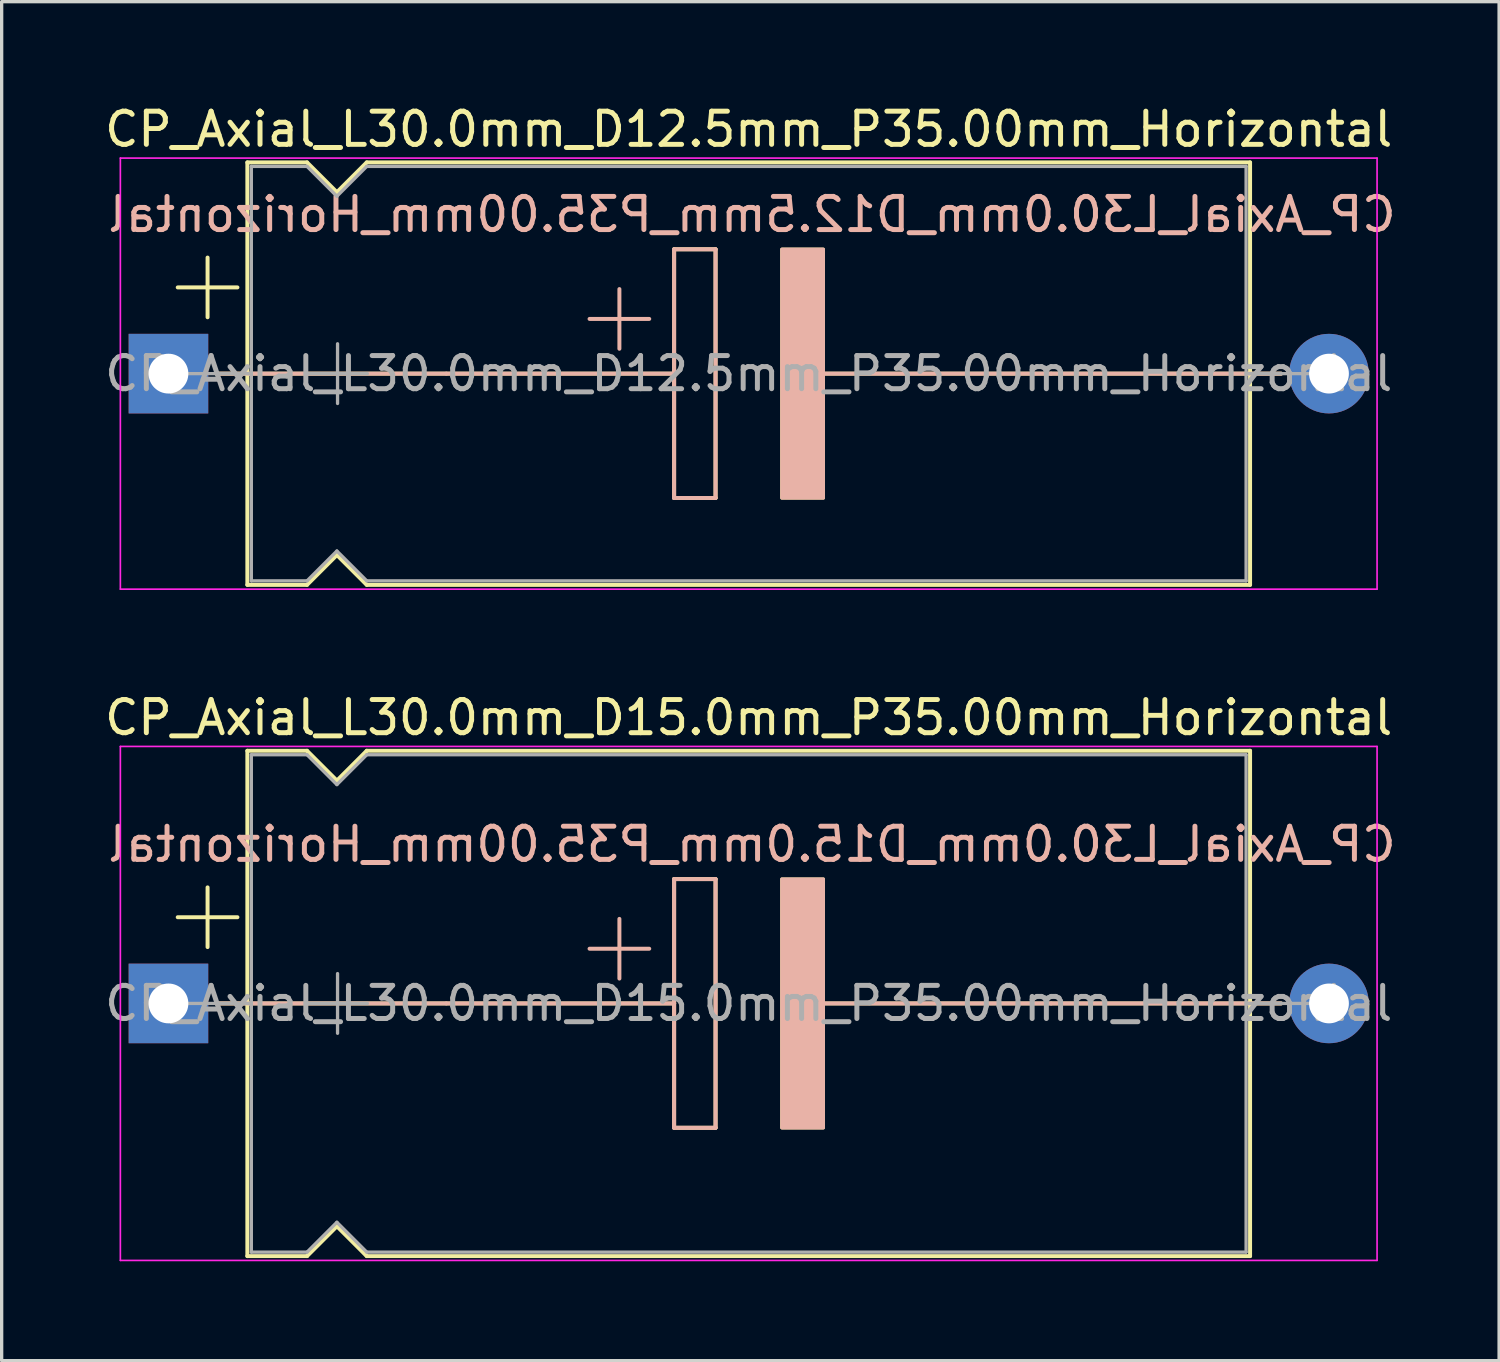
<source format=kicad_pcb>
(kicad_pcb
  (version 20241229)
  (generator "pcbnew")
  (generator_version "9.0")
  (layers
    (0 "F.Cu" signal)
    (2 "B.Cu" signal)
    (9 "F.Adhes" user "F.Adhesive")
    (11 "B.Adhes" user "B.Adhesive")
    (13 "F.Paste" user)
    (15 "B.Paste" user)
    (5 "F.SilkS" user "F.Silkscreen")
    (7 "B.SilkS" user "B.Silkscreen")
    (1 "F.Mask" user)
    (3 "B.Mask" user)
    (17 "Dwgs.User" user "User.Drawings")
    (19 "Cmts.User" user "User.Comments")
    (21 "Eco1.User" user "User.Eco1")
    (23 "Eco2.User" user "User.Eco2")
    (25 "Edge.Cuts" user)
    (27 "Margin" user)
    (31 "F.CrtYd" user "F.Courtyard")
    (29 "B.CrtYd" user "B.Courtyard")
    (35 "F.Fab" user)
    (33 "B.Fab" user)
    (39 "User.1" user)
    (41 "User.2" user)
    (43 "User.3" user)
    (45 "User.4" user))
  (footprint "CP_Axial_L30.0mm_D15.0mm_P35.00mm_Horizontal"
    (layer "F.Cu")
    (at 2.03 27.212)
    (property "Reference" "CP_Axial_L30.0mm_D15.0mm_P35.00mm_Horizontal" (at 17.5 -8.62 0) (layer "F.SilkS") (effects (font (size 1 1) (thickness 0.15))))
    (fp_line (start 0.28 -2.6) (end 2.08 -2.6) (stroke (width 0.12) (type solid)) (layer "F.SilkS"))
    (fp_line (start 1.18 -3.5) (end 1.18 -1.7) (stroke (width 0.12) (type solid)) (layer "F.SilkS"))
    (fp_line (start 1.44 0) (end 2.38 0) (stroke (width 0.12) (type solid)) (layer "F.SilkS"))
    (fp_line (start 2.38 -7.62) (end 2.38 7.62) (stroke (width 0.12) (type solid)) (layer "F.SilkS"))
    (fp_line (start 2.38 -7.62) (end 4.18 -7.62) (stroke (width 0.12) (type solid)) (layer "F.SilkS"))
    (fp_line (start 2.38 0) (end 15.25 0) (stroke (width 0.12) (type solid)) (layer "F.SilkS"))
    (fp_line (start 2.38 7.62) (end 4.18 7.62) (stroke (width 0.12) (type solid)) (layer "F.SilkS"))
    (fp_line (start 4.18 -7.62) (end 5.08 -6.72) (stroke (width 0.12) (type solid)) (layer "F.SilkS"))
    (fp_line (start 4.18 7.62) (end 5.08 6.72) (stroke (width 0.12) (type solid)) (layer "F.SilkS"))
    (fp_line (start 5.08 -6.72) (end 5.98 -7.62) (stroke (width 0.12) (type solid)) (layer "F.SilkS"))
    (fp_line (start 5.08 6.72) (end 5.98 7.62) (stroke (width 0.12) (type solid)) (layer "F.SilkS"))
    (fp_line (start 5.98 -7.62) (end 32.62 -7.62) (stroke (width 0.12) (type solid)) (layer "F.SilkS"))
    (fp_line (start 5.98 7.62) (end 32.62 7.62) (stroke (width 0.12) (type solid)) (layer "F.SilkS"))
    (fp_line (start 15.25 -3.75) (end 16.5 -3.75) (stroke (width 0.12) (type solid)) (layer "F.SilkS"))
    (fp_line (start 15.25 0) (end 15.25 -3.75) (stroke (width 0.12) (type solid)) (layer "F.SilkS"))
    (fp_line (start 15.25 3.75) (end 15.25 0) (stroke (width 0.12) (type solid)) (layer "F.SilkS"))
    (fp_line (start 16.5 -3.75) (end 16.5 3.75) (stroke (width 0.12) (type solid)) (layer "F.SilkS"))
    (fp_line (start 16.5 3.75) (end 15.25 3.75) (stroke (width 0.12) (type solid)) (layer "F.SilkS"))
    (fp_line (start 19.75 0) (end 32.639 0) (stroke (width 0.12) (type solid)) (layer "F.SilkS"))
    (fp_line (start 32.62 -7.62) (end 32.62 7.62) (stroke (width 0.12) (type solid)) (layer "F.SilkS"))
    (fp_line (start 33.56 0) (end 32.62 0) (stroke (width 0.12) (type solid)) (layer "F.SilkS"))
    (fp_poly (pts (xy 19.75 3.75) (xy 18.5 3.75) (xy 18.5 -3.75) (xy 19.75 -3.75)) (stroke (width 0.1) (type solid)) (fill yes) (layer "F.SilkS"))
    (fp_line (start 1.45 0) (end 8.38 0) (stroke (width 0.12) (type solid)) (layer "B.SilkS"))
    (fp_line (start 8.38 0) (end 15.25 0) (stroke (width 0.12) (type solid)) (layer "B.SilkS"))
    (fp_line (start 13.6 -2.55) (end 13.6 -0.75) (stroke (width 0.12) (type solid)) (layer "B.SilkS"))
    (fp_line (start 14.5 -1.65) (end 12.7 -1.65) (stroke (width 0.12) (type solid)) (layer "B.SilkS"))
    (fp_line (start 15.25 -3.75) (end 16.5 -3.75) (stroke (width 0.12) (type solid)) (layer "B.SilkS"))
    (fp_line (start 15.25 0) (end 15.25 -3.75) (stroke (width 0.12) (type solid)) (layer "B.SilkS"))
    (fp_line (start 15.25 3.75) (end 15.25 0) (stroke (width 0.12) (type solid)) (layer "B.SilkS"))
    (fp_line (start 16.5 -3.75) (end 16.5 3.75) (stroke (width 0.12) (type solid)) (layer "B.SilkS"))
    (fp_line (start 16.5 3.75) (end 15.25 3.75) (stroke (width 0.12) (type solid)) (layer "B.SilkS"))
    (fp_line (start 19.75 0) (end 26.62 0) (stroke (width 0.12) (type solid)) (layer "B.SilkS"))
    (fp_line (start 33.55 0) (end 26.62 0) (stroke (width 0.12) (type solid)) (layer "B.SilkS"))
    (fp_poly (pts (xy 19.75 3.75) (xy 18.5 3.75) (xy 18.5 -3.75) (xy 19.75 -3.75)) (stroke (width 0.1) (type solid)) (fill yes) (layer "B.SilkS"))
    (fp_line (start -1.45 -7.75) (end -1.45 7.75) (stroke (width 0.05) (type solid)) (layer "F.CrtYd"))
    (fp_line (start -1.45 7.75) (end 36.45 7.75) (stroke (width 0.05) (type solid)) (layer "F.CrtYd"))
    (fp_line (start 36.45 -7.75) (end -1.45 -7.75) (stroke (width 0.05) (type solid)) (layer "F.CrtYd"))
    (fp_line (start 36.45 7.75) (end 36.45 -7.75) (stroke (width 0.05) (type solid)) (layer "F.CrtYd"))
    (fp_line (start 0 0) (end 2.5 0) (stroke (width 0.1) (type solid)) (layer "F.Fab"))
    (fp_line (start 2.5 -7.5) (end 2.5 7.5) (stroke (width 0.1) (type solid)) (layer "F.Fab"))
    (fp_line (start 2.5 -7.5) (end 4.18 -7.5) (stroke (width 0.1) (type solid)) (layer "F.Fab"))
    (fp_line (start 2.5 7.5) (end 4.18 7.5) (stroke (width 0.1) (type solid)) (layer "F.Fab"))
    (fp_line (start 4.18 -7.5) (end 5.08 -6.6) (stroke (width 0.1) (type solid)) (layer "F.Fab"))
    (fp_line (start 4.18 7.5) (end 5.08 6.6) (stroke (width 0.1) (type solid)) (layer "F.Fab"))
    (fp_line (start 4.2 0) (end 6 0) (stroke (width 0.1) (type solid)) (layer "F.Fab"))
    (fp_line (start 5.08 -6.6) (end 5.98 -7.5) (stroke (width 0.1) (type solid)) (layer "F.Fab"))
    (fp_line (start 5.08 6.6) (end 5.98 7.5) (stroke (width 0.1) (type solid)) (layer "F.Fab"))
    (fp_line (start 5.1 -0.9) (end 5.1 0.9) (stroke (width 0.1) (type solid)) (layer "F.Fab"))
    (fp_line (start 5.98 -7.5) (end 32.5 -7.5) (stroke (width 0.1) (type solid)) (layer "F.Fab"))
    (fp_line (start 5.98 7.5) (end 32.5 7.5) (stroke (width 0.1) (type solid)) (layer "F.Fab"))
    (fp_line (start 32.5 -7.5) (end 32.5 7.5) (stroke (width 0.1) (type solid)) (layer "F.Fab"))
    (fp_line (start 35 0) (end 32.5 0) (stroke (width 0.1) (type solid)) (layer "F.Fab"))
    (fp_text user "${REFERENCE}" (at 17.6 -4.8 0) (layer "B.SilkS") (effects (font (size 1 1) (thickness 0.15)) (justify mirror)))
    (fp_text user "${REFERENCE}" (at 17.5 0 0) (layer "F.Fab") (effects (font (size 1 1) (thickness 0.15))))
    (pad "1" thru_hole rect (at 0 0) (size 2.4 2.4) (drill 1.2) (layers "*.Cu" "*.Mask"))
    (pad "2" thru_hole oval (at 35 0) (size 2.4 2.4) (drill 1.2) (layers "*.Cu" "*.Mask")))
  (footprint "CP_Axial_L30.0mm_D12.5mm_P35.00mm_Horizontal"
    (layer "F.Cu")
    (at 2.03 8.218)
    (property "Reference" "CP_Axial_L30.0mm_D12.5mm_P35.00mm_Horizontal" (at 17.5 -7.37 0) (layer "F.SilkS") (effects (font (size 1 1) (thickness 0.15))))
    (fp_line (start 0.28 -2.6) (end 2.08 -2.6) (stroke (width 0.12) (type solid)) (layer "F.SilkS"))
    (fp_line (start 1.18 -3.5) (end 1.18 -1.7) (stroke (width 0.12) (type solid)) (layer "F.SilkS"))
    (fp_line (start 1.44 0) (end 2.38 0) (stroke (width 0.12) (type solid)) (layer "F.SilkS"))
    (fp_line (start 2.38 -6.37) (end 2.38 6.37) (stroke (width 0.12) (type solid)) (layer "F.SilkS"))
    (fp_line (start 2.38 -6.37) (end 4.18 -6.37) (stroke (width 0.12) (type solid)) (layer "F.SilkS"))
    (fp_line (start 2.38 0) (end 15.25 0) (stroke (width 0.12) (type solid)) (layer "F.SilkS"))
    (fp_line (start 2.38 6.37) (end 4.18 6.37) (stroke (width 0.12) (type solid)) (layer "F.SilkS"))
    (fp_line (start 4.18 -6.37) (end 5.08 -5.47) (stroke (width 0.12) (type solid)) (layer "F.SilkS"))
    (fp_line (start 4.18 6.37) (end 5.08 5.47) (stroke (width 0.12) (type solid)) (layer "F.SilkS"))
    (fp_line (start 5.08 -5.47) (end 5.98 -6.37) (stroke (width 0.12) (type solid)) (layer "F.SilkS"))
    (fp_line (start 5.08 5.47) (end 5.98 6.37) (stroke (width 0.12) (type solid)) (layer "F.SilkS"))
    (fp_line (start 5.98 -6.37) (end 32.62 -6.37) (stroke (width 0.12) (type solid)) (layer "F.SilkS"))
    (fp_line (start 5.98 6.37) (end 32.62 6.37) (stroke (width 0.12) (type solid)) (layer "F.SilkS"))
    (fp_line (start 15.25 -3.75) (end 16.5 -3.75) (stroke (width 0.12) (type solid)) (layer "F.SilkS"))
    (fp_line (start 15.25 0) (end 15.25 -3.75) (stroke (width 0.12) (type solid)) (layer "F.SilkS"))
    (fp_line (start 15.25 3.75) (end 15.25 0) (stroke (width 0.12) (type solid)) (layer "F.SilkS"))
    (fp_line (start 16.5 -3.75) (end 16.5 3.75) (stroke (width 0.12) (type solid)) (layer "F.SilkS"))
    (fp_line (start 16.5 3.75) (end 15.25 3.75) (stroke (width 0.12) (type solid)) (layer "F.SilkS"))
    (fp_line (start 19.75 0) (end 32.62 0) (stroke (width 0.12) (type solid)) (layer "F.SilkS"))
    (fp_line (start 32.62 -6.37) (end 32.62 6.37) (stroke (width 0.12) (type solid)) (layer "F.SilkS"))
    (fp_line (start 33.56 0) (end 32.62 0) (stroke (width 0.12) (type solid)) (layer "F.SilkS"))
    (fp_poly (pts (xy 19.75 3.75) (xy 18.5 3.75) (xy 18.5 -3.75) (xy 19.75 -3.75)) (stroke (width 0.1) (type solid)) (fill yes) (layer "F.SilkS"))
    (fp_line (start 1.45 0) (end 8.38 0) (stroke (width 0.12) (type solid)) (layer "B.SilkS"))
    (fp_line (start 8.38 0) (end 15.25 0) (stroke (width 0.12) (type solid)) (layer "B.SilkS"))
    (fp_line (start 13.6 -2.55) (end 13.6 -0.75) (stroke (width 0.12) (type solid)) (layer "B.SilkS"))
    (fp_line (start 14.5 -1.65) (end 12.7 -1.65) (stroke (width 0.12) (type solid)) (layer "B.SilkS"))
    (fp_line (start 15.25 -3.75) (end 16.5 -3.75) (stroke (width 0.12) (type solid)) (layer "B.SilkS"))
    (fp_line (start 15.25 0) (end 15.25 -3.75) (stroke (width 0.12) (type solid)) (layer "B.SilkS"))
    (fp_line (start 15.25 3.75) (end 15.25 0) (stroke (width 0.12) (type solid)) (layer "B.SilkS"))
    (fp_line (start 16.5 -3.75) (end 16.5 3.75) (stroke (width 0.12) (type solid)) (layer "B.SilkS"))
    (fp_line (start 16.5 3.75) (end 15.25 3.75) (stroke (width 0.12) (type solid)) (layer "B.SilkS"))
    (fp_line (start 19.75 0) (end 26.62 0) (stroke (width 0.12) (type solid)) (layer "B.SilkS"))
    (fp_line (start 33.55 0) (end 26.62 0) (stroke (width 0.12) (type solid)) (layer "B.SilkS"))
    (fp_poly (pts (xy 19.75 3.75) (xy 18.5 3.75) (xy 18.5 -3.75) (xy 19.75 -3.75)) (stroke (width 0.1) (type solid)) (fill yes) (layer "B.SilkS"))
    (fp_line (start -1.45 -6.5) (end -1.45 6.5) (stroke (width 0.05) (type solid)) (layer "F.CrtYd"))
    (fp_line (start -1.45 6.5) (end 36.45 6.5) (stroke (width 0.05) (type solid)) (layer "F.CrtYd"))
    (fp_line (start 36.45 -6.5) (end -1.45 -6.5) (stroke (width 0.05) (type solid)) (layer "F.CrtYd"))
    (fp_line (start 36.45 6.5) (end 36.45 -6.5) (stroke (width 0.05) (type solid)) (layer "F.CrtYd"))
    (fp_line (start 0 0) (end 2.5 0) (stroke (width 0.1) (type solid)) (layer "F.Fab"))
    (fp_line (start 2.5 -6.25) (end 2.5 6.25) (stroke (width 0.1) (type solid)) (layer "F.Fab"))
    (fp_line (start 2.5 -6.25) (end 4.18 -6.25) (stroke (width 0.1) (type solid)) (layer "F.Fab"))
    (fp_line (start 2.5 6.25) (end 4.18 6.25) (stroke (width 0.1) (type solid)) (layer "F.Fab"))
    (fp_line (start 4.18 -6.25) (end 5.08 -5.35) (stroke (width 0.1) (type solid)) (layer "F.Fab"))
    (fp_line (start 4.18 6.25) (end 5.08 5.35) (stroke (width 0.1) (type solid)) (layer "F.Fab"))
    (fp_line (start 4.2 0) (end 6 0) (stroke (width 0.1) (type solid)) (layer "F.Fab"))
    (fp_line (start 5.08 -5.35) (end 5.98 -6.25) (stroke (width 0.1) (type solid)) (layer "F.Fab"))
    (fp_line (start 5.08 5.35) (end 5.98 6.25) (stroke (width 0.1) (type solid)) (layer "F.Fab"))
    (fp_line (start 5.1 -0.9) (end 5.1 0.9) (stroke (width 0.1) (type solid)) (layer "F.Fab"))
    (fp_line (start 5.98 -6.25) (end 32.5 -6.25) (stroke (width 0.1) (type solid)) (layer "F.Fab"))
    (fp_line (start 5.98 6.25) (end 32.5 6.25) (stroke (width 0.1) (type solid)) (layer "F.Fab"))
    (fp_line (start 32.5 -6.25) (end 32.5 6.25) (stroke (width 0.1) (type solid)) (layer "F.Fab"))
    (fp_line (start 35 0) (end 32.5 0) (stroke (width 0.1) (type solid)) (layer "F.Fab"))
    (fp_text user "${REFERENCE}" (at 17.6 -4.8 0) (layer "B.SilkS") (effects (font (size 1 1) (thickness 0.15)) (justify mirror)))
    (fp_text user "${REFERENCE}" (at 17.5 0 0) (layer "F.Fab") (effects (font (size 1 1) (thickness 0.15))))
    (pad "1" thru_hole rect (at 0 0) (size 2.4 2.4) (drill 1.2) (layers "*.Cu" "*.Mask"))
    (pad "2" thru_hole oval (at 35 0) (size 2.4 2.4) (drill 1.2) (layers "*.Cu" "*.Mask")))
  (gr_rect
    (start -3 -3)
    (end 42.16 37.986)
    (stroke (width 0.1) (type default))
    (fill no)
    (layer "Edge.Cuts")))
</source>
